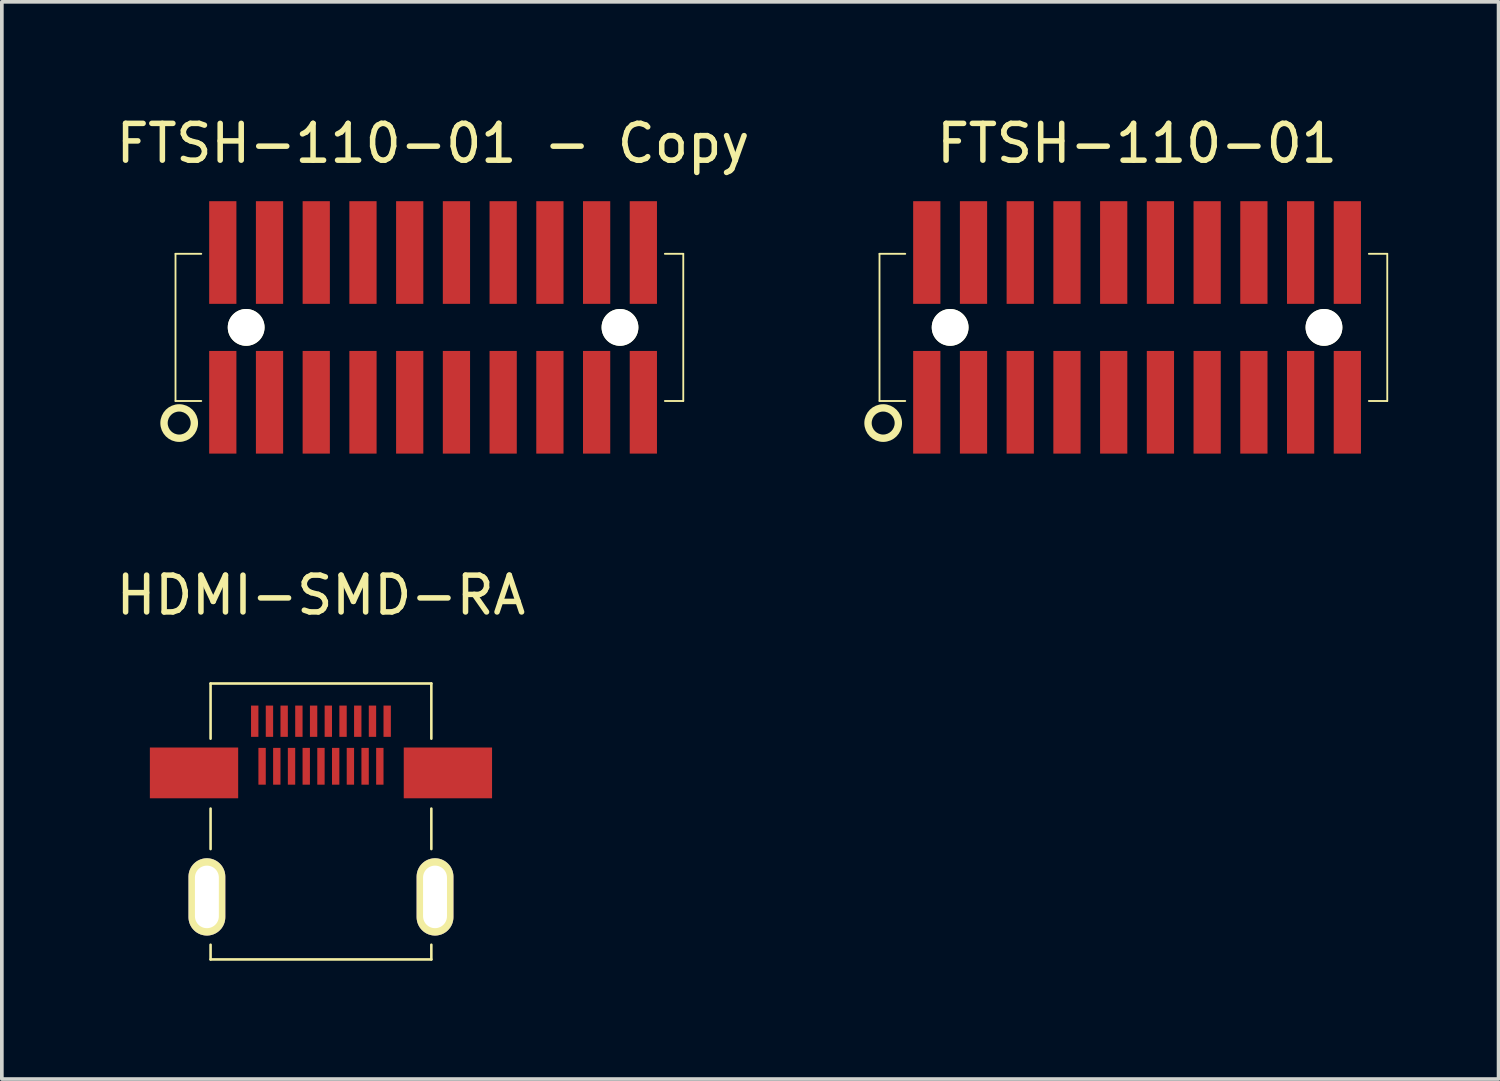
<source format=kicad_pcb>
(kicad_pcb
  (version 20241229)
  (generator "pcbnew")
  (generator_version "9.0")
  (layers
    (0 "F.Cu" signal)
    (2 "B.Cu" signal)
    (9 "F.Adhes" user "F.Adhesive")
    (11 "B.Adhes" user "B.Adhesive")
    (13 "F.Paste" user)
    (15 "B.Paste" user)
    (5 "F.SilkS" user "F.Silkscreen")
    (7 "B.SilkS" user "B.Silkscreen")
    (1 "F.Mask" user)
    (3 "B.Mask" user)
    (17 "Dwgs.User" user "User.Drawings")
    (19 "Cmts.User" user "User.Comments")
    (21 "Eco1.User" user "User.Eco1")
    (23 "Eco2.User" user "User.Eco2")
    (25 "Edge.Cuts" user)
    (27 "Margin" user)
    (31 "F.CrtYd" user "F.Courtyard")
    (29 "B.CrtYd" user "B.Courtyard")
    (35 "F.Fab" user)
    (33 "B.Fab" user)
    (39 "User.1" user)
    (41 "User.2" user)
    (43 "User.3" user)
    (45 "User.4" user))
  (footprint "HDMI-SMD-RA"
    (layer "F.Cu")
    (at 5.673 23.026)
    (property "Reference" "HDMI-SMD-RA" (at 0 -9.9 0) (layer "F.SilkS") (effects (font (size 1 1) (thickness 0.15))))
    (attr through_hole)
    (fp_line (start -3 -7.5) (end -3 -6) (stroke (width 0.07) (type solid)) (layer "F.SilkS"))
    (fp_line (start -3 -7.5) (end 3 -7.5) (stroke (width 0.07) (type solid)) (layer "F.SilkS"))
    (fp_line (start -3 -4.1) (end -3 -3) (stroke (width 0.07) (type solid)) (layer "F.SilkS"))
    (fp_line (start -3 -0.4) (end -3 0) (stroke (width 0.07) (type solid)) (layer "F.SilkS"))
    (fp_line (start -3 0) (end 3 0) (stroke (width 0.07) (type solid)) (layer "F.SilkS"))
    (fp_line (start 3 -7.5) (end 3 -6) (stroke (width 0.07) (type solid)) (layer "F.SilkS"))
    (fp_line (start 3 -4.1) (end 3 -3) (stroke (width 0.07) (type solid)) (layer "F.SilkS"))
    (fp_line (start 3 0) (end 3 -0.4) (stroke (width 0.07) (type solid)) (layer "F.SilkS"))
    (pad "1" smd rect (at 1.8 -6.475) (size 0.2 0.85) (layers "F.Cu" "F.Mask" "F.Paste"))
    (pad "2" smd rect (at 1.6 -5.25) (size 0.2 1) (layers "F.Cu" "F.Mask" "F.Paste"))
    (pad "3" smd rect (at 1.4 -6.475) (size 0.2 0.85) (layers "F.Cu" "F.Mask" "F.Paste"))
    (pad "4" smd rect (at 1.2 -5.25) (size 0.2 1) (layers "F.Cu" "F.Mask" "F.Paste"))
    (pad "5" smd rect (at 1 -6.475) (size 0.2 0.85) (layers "F.Cu" "F.Mask" "F.Paste"))
    (pad "6" smd rect (at 0.8 -5.25) (size 0.2 1) (layers "F.Cu" "F.Mask" "F.Paste"))
    (pad "7" smd rect (at 0.6 -6.475) (size 0.2 0.85) (layers "F.Cu" "F.Mask" "F.Paste"))
    (pad "8" smd rect (at 0.4 -5.25) (size 0.2 1) (layers "F.Cu" "F.Mask" "F.Paste"))
    (pad "9" smd rect (at 0.2 -6.475) (size 0.2 0.85) (layers "F.Cu" "F.Mask" "F.Paste"))
    (pad "10" smd rect (at 0 -5.25) (size 0.2 1) (layers "F.Cu" "F.Mask" "F.Paste"))
    (pad "11" smd rect (at -0.2 -6.475) (size 0.2 0.85) (layers "F.Cu" "F.Mask" "F.Paste"))
    (pad "12" smd rect (at -0.4 -5.25) (size 0.2 1) (layers "F.Cu" "F.Mask" "F.Paste"))
    (pad "13" smd rect (at -0.6 -6.475) (size 0.2 0.85) (layers "F.Cu" "F.Mask" "F.Paste"))
    (pad "14" smd rect (at -0.8 -5.25) (size 0.2 1) (layers "F.Cu" "F.Mask" "F.Paste"))
    (pad "15" smd rect (at -1 -6.475) (size 0.2 0.85) (layers "F.Cu" "F.Mask" "F.Paste"))
    (pad "16" smd rect (at -1.2 -5.25) (size 0.2 1) (layers "F.Cu" "F.Mask" "F.Paste"))
    (pad "17" smd rect (at -1.4 -6.475) (size 0.2 0.85) (layers "F.Cu" "F.Mask" "F.Paste"))
    (pad "18" smd rect (at -1.6 -5.25) (size 0.2 1) (layers "F.Cu" "F.Mask" "F.Paste"))
    (pad "19" smd rect (at -1.8 -6.475) (size 0.2 0.85) (layers "F.Cu" "F.Mask" "F.Paste"))
    (pad "20" smd rect (at -3.45 -5.07) (size 2.4 1.38) (layers "F.Cu" "F.Mask" "F.Paste"))
    (pad "21" smd rect (at 3.45 -5.07) (size 2.4 1.38) (layers "F.Cu" "F.Mask" "F.Paste"))
    (pad "22" thru_hole oval (at -3.1 -1.7) (size 1 2.1) (drill oval 0.65 1.7) (layers "*.Cu" "*.Mask" "F.SilkS"))
    (pad "23" thru_hole oval (at 3.1 -1.7) (size 1 2.1) (drill oval 0.65 1.7) (layers "*.Cu" "*.Mask" "F.SilkS")))
  (footprint "FTSH-110-01 - Copy"
    (layer "F.Cu")
    (at 8.72 5.848)
    (property "Reference" "FTSH-110-01 - Copy" (at 0 -5 0) (layer "F.SilkS") (effects (font (size 1 1) (thickness 0.15))))
    (attr through_hole)
    (fp_line (start -7 -2) (end -7 2) (stroke (width 0.05) (type solid)) (layer "F.SilkS"))
    (fp_line (start -7 2) (end -6.3 2) (stroke (width 0.05) (type solid)) (layer "F.SilkS"))
    (fp_line (start -6.3 -2) (end -7 -2) (stroke (width 0.05) (type solid)) (layer "F.SilkS"))
    (fp_line (start 6.3 2) (end 6.8 2) (stroke (width 0.05) (type solid)) (layer "F.SilkS"))
    (fp_line (start 6.8 -2) (end 6.3 -2) (stroke (width 0.05) (type solid)) (layer "F.SilkS"))
    (fp_line (start 6.8 2) (end 6.8 -2) (stroke (width 0.05) (type solid)) (layer "F.SilkS"))
    (fp_circle (center -6.9 2.6) (end -6.8 3) (stroke (width 0.2) (type solid)) (fill no) (layer "F.SilkS"))
    (pad "" np_thru_hole circle (at -5.08 0) (size 1 1) (drill 1) (layers "*.Cu" "*.Mask" "F.SilkS"))
    (pad "" np_thru_hole circle (at 5.08 0) (size 1 1) (drill 1) (layers "*.Cu" "*.Mask" "F.SilkS"))
    (pad "1" smd rect (at -5.715 2.035) (size 0.74 2.79) (layers "F.Cu" "F.Mask" "F.Paste"))
    (pad "2" smd rect (at -5.715 -2.035) (size 0.74 2.79) (layers "F.Cu" "F.Mask" "F.Paste"))
    (pad "3" smd rect (at -4.445 2.035) (size 0.74 2.79) (layers "F.Cu" "F.Mask" "F.Paste"))
    (pad "4" smd rect (at -4.445 -2.035) (size 0.74 2.79) (layers "F.Cu" "F.Mask" "F.Paste"))
    (pad "5" smd rect (at -3.175 2.035) (size 0.74 2.79) (layers "F.Cu" "F.Mask" "F.Paste"))
    (pad "6" smd rect (at -3.175 -2.035) (size 0.74 2.79) (layers "F.Cu" "F.Mask" "F.Paste"))
    (pad "7" smd rect (at -1.905 2.035) (size 0.74 2.79) (layers "F.Cu" "F.Mask" "F.Paste"))
    (pad "8" smd rect (at -1.905 -2.035) (size 0.74 2.79) (layers "F.Cu" "F.Mask" "F.Paste"))
    (pad "9" smd rect (at -0.635 2.035) (size 0.74 2.79) (layers "F.Cu" "F.Mask" "F.Paste"))
    (pad "10" smd rect (at -0.635 -2.035) (size 0.74 2.79) (layers "F.Cu" "F.Mask" "F.Paste"))
    (pad "11" smd rect (at 0.635 2.035) (size 0.74 2.79) (layers "F.Cu" "F.Mask" "F.Paste"))
    (pad "12" smd rect (at 0.635 -2.035) (size 0.74 2.79) (layers "F.Cu" "F.Mask" "F.Paste"))
    (pad "13" smd rect (at 1.905 2.035) (size 0.74 2.79) (layers "F.Cu" "F.Mask" "F.Paste"))
    (pad "14" smd rect (at 1.905 -2.035) (size 0.74 2.79) (layers "F.Cu" "F.Mask" "F.Paste"))
    (pad "15" smd rect (at 3.175 2.035) (size 0.74 2.79) (layers "F.Cu" "F.Mask" "F.Paste"))
    (pad "16" smd rect (at 3.175 -2.035) (size 0.74 2.79) (layers "F.Cu" "F.Mask" "F.Paste"))
    (pad "17" smd rect (at 4.445 2.035) (size 0.74 2.79) (layers "F.Cu" "F.Mask" "F.Paste"))
    (pad "18" smd rect (at 4.445 -2.035) (size 0.74 2.79) (layers "F.Cu" "F.Mask" "F.Paste"))
    (pad "19" smd rect (at 5.715 2.035) (size 0.74 2.79) (layers "F.Cu" "F.Mask" "F.Paste"))
    (pad "20" smd rect (at 5.715 -2.035) (size 0.74 2.79) (layers "F.Cu" "F.Mask" "F.Paste")))
  (footprint "FTSH-110-01"
    (layer "F.Cu")
    (at 27.853 5.848)
    (property "Reference" "FTSH-110-01" (at 0 -5 0) (layer "F.SilkS") (effects (font (size 1 1) (thickness 0.15))))
    (attr through_hole)
    (fp_line (start -7 -2) (end -7 2) (stroke (width 0.05) (type solid)) (layer "F.SilkS"))
    (fp_line (start -7 2) (end -6.3 2) (stroke (width 0.05) (type solid)) (layer "F.SilkS"))
    (fp_line (start -6.3 -2) (end -7 -2) (stroke (width 0.05) (type solid)) (layer "F.SilkS"))
    (fp_line (start 6.3 2) (end 6.8 2) (stroke (width 0.05) (type solid)) (layer "F.SilkS"))
    (fp_line (start 6.8 -2) (end 6.3 -2) (stroke (width 0.05) (type solid)) (layer "F.SilkS"))
    (fp_line (start 6.8 2) (end 6.8 -2) (stroke (width 0.05) (type solid)) (layer "F.SilkS"))
    (fp_circle (center -6.9 2.6) (end -6.8 3) (stroke (width 0.2) (type solid)) (fill no) (layer "F.SilkS"))
    (pad "" np_thru_hole circle (at -5.08 0) (size 1 1) (drill 1) (layers "*.Cu" "*.Mask" "F.SilkS"))
    (pad "" np_thru_hole circle (at 5.08 0) (size 1 1) (drill 1) (layers "*.Cu" "*.Mask" "F.SilkS"))
    (pad "1" smd rect (at -5.715 2.035) (size 0.74 2.79) (layers "F.Cu" "F.Mask" "F.Paste"))
    (pad "2" smd rect (at -5.715 -2.035) (size 0.74 2.79) (layers "F.Cu" "F.Mask" "F.Paste"))
    (pad "3" smd rect (at -4.445 2.035) (size 0.74 2.79) (layers "F.Cu" "F.Mask" "F.Paste"))
    (pad "4" smd rect (at -4.445 -2.035) (size 0.74 2.79) (layers "F.Cu" "F.Mask" "F.Paste"))
    (pad "5" smd rect (at -3.175 2.035) (size 0.74 2.79) (layers "F.Cu" "F.Mask" "F.Paste"))
    (pad "6" smd rect (at -3.175 -2.035) (size 0.74 2.79) (layers "F.Cu" "F.Mask" "F.Paste"))
    (pad "7" smd rect (at -1.905 2.035) (size 0.74 2.79) (layers "F.Cu" "F.Mask" "F.Paste"))
    (pad "8" smd rect (at -1.905 -2.035) (size 0.74 2.79) (layers "F.Cu" "F.Mask" "F.Paste"))
    (pad "9" smd rect (at -0.635 2.035) (size 0.74 2.79) (layers "F.Cu" "F.Mask" "F.Paste"))
    (pad "10" smd rect (at -0.635 -2.035) (size 0.74 2.79) (layers "F.Cu" "F.Mask" "F.Paste"))
    (pad "11" smd rect (at 0.635 2.035) (size 0.74 2.79) (layers "F.Cu" "F.Mask" "F.Paste"))
    (pad "12" smd rect (at 0.635 -2.035) (size 0.74 2.79) (layers "F.Cu" "F.Mask" "F.Paste"))
    (pad "13" smd rect (at 1.905 2.035) (size 0.74 2.79) (layers "F.Cu" "F.Mask" "F.Paste"))
    (pad "14" smd rect (at 1.905 -2.035) (size 0.74 2.79) (layers "F.Cu" "F.Mask" "F.Paste"))
    (pad "15" smd rect (at 3.175 2.035) (size 0.74 2.79) (layers "F.Cu" "F.Mask" "F.Paste"))
    (pad "16" smd rect (at 3.175 -2.035) (size 0.74 2.79) (layers "F.Cu" "F.Mask" "F.Paste"))
    (pad "17" smd rect (at 4.445 2.035) (size 0.74 2.79) (layers "F.Cu" "F.Mask" "F.Paste"))
    (pad "18" smd rect (at 4.445 -2.035) (size 0.74 2.79) (layers "F.Cu" "F.Mask" "F.Paste"))
    (pad "19" smd rect (at 5.715 2.035) (size 0.74 2.79) (layers "F.Cu" "F.Mask" "F.Paste"))
    (pad "20" smd rect (at 5.715 -2.035) (size 0.74 2.79) (layers "F.Cu" "F.Mask" "F.Paste")))
  (gr_rect
    (start -3 -3)
    (end 37.678 26.276)
    (stroke (width 0.1) (type default))
    (fill no)
    (layer "Edge.Cuts")))
</source>
